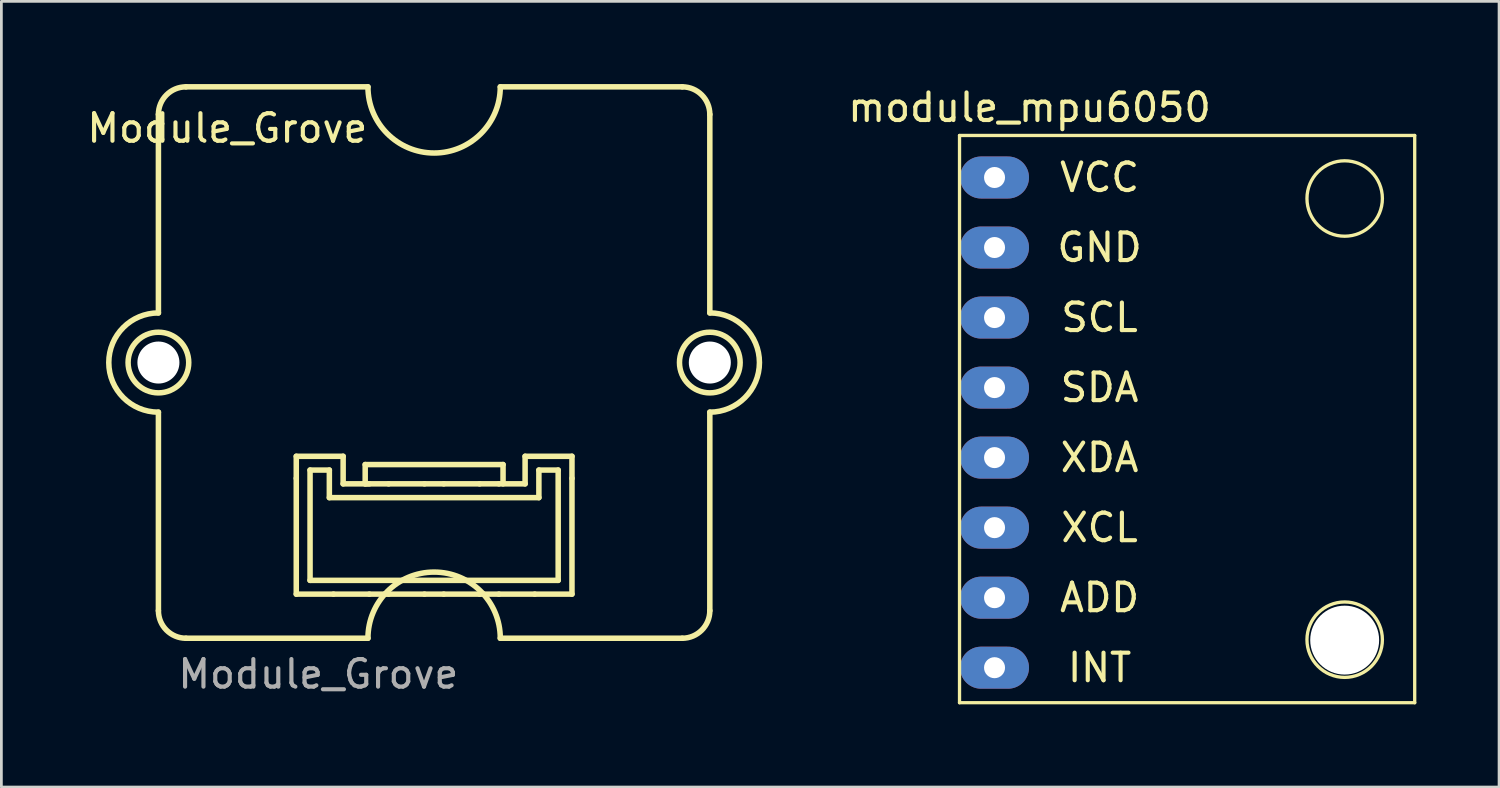
<source format=kicad_pcb>
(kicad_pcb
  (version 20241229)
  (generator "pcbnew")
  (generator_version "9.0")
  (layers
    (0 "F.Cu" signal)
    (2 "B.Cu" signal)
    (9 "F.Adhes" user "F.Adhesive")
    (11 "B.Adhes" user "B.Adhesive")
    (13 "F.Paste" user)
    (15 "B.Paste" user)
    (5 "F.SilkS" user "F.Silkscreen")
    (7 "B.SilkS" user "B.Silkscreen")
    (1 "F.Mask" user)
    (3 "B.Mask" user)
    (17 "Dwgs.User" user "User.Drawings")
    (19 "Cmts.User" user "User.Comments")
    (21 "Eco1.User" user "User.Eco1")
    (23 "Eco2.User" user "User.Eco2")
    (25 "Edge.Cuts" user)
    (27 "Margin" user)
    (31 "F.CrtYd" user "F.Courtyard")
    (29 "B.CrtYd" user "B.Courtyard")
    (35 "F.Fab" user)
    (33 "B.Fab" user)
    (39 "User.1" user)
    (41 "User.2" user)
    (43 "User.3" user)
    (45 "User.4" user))
  (footprint "module_mpu6050"
    (layer "F.Cu")
    (at 33.023 21.168)
    (property "Reference" "module_mpu6050" (at 1.27 -20.32 0) (layer "F.SilkS") (effects (font (size 1 1) (thickness 0.15))))
    (attr through_hole)
    (fp_line (start -1.27 -19.304) (end 15.24 -19.304) (stroke (width 0.12) (type solid)) (layer "F.SilkS"))
    (fp_line (start -1.27 1.27) (end -1.27 -19.304) (stroke (width 0.12) (type solid)) (layer "F.SilkS"))
    (fp_line (start 15.24 -19.304) (end 15.24 1.27) (stroke (width 0.12) (type solid)) (layer "F.SilkS"))
    (fp_line (start 15.24 1.27) (end -1.27 1.27) (stroke (width 0.12) (type solid)) (layer "F.SilkS"))
    (fp_circle (center 12.7 -17.018) (end 13.208 -15.748) (stroke (width 0.12) (type solid)) (fill no) (layer "F.SilkS"))
    (fp_circle (center 12.7 -1.016) (end 13.208 0.254) (stroke (width 0.12) (type solid)) (fill no) (layer "F.SilkS"))
    (fp_text user "XDA" (at 3.81 -7.62 0) (layer "F.SilkS") (effects (font (size 1 1) (thickness 0.15))))
    (fp_text user "GND" (at 3.81 -15.24 0) (layer "F.SilkS") (effects (font (size 1 1) (thickness 0.15))))
    (fp_text user "ADD" (at 3.81 -2.54 0) (layer "F.SilkS") (effects (font (size 1 1) (thickness 0.15))))
    (fp_text user "SDA" (at 3.81 -10.16 0) (layer "F.SilkS") (effects (font (size 1 1) (thickness 0.15))))
    (fp_text user "SCL" (at 3.81 -12.7 0) (layer "F.SilkS") (effects (font (size 1 1) (thickness 0.15))))
    (fp_text user "VCC" (at 3.81 -17.78 0) (layer "F.SilkS") (effects (font (size 1 1) (thickness 0.15))))
    (fp_text user "XCL" (at 3.81 -5.08 0) (layer "F.SilkS") (effects (font (size 1 1) (thickness 0.15))))
    (fp_text user "INT" (at 3.81 0 0) (layer "F.SilkS") (effects (font (size 1 1) (thickness 0.15))))
    (pad "" np_thru_hole oval (at 12.7 -1) (size 2.5 2.5) (drill 2.5) (layers "*.Cu" "*.Mask"))
    (pad "1" thru_hole oval (at 0 -17.78) (size 2.5 1.524) (drill 0.762) (layers "*.Cu" "*.Mask"))
    (pad "2" thru_hole oval (at 0 -15.24) (size 2.5 1.524) (drill 0.762) (layers "*.Cu" "*.Mask"))
    (pad "3" thru_hole oval (at 0 -12.7) (size 2.5 1.524) (drill 0.762) (layers "*.Cu" "*.Mask"))
    (pad "4" thru_hole oval (at 0 -10.16) (size 2.5 1.524) (drill 0.762) (layers "*.Cu" "*.Mask"))
    (pad "5" thru_hole oval (at 0 -7.62) (size 2.5 1.524) (drill 0.762) (layers "*.Cu" "*.Mask"))
    (pad "6" thru_hole oval (at 0 -5.08) (size 2.5 1.524) (drill 0.762) (layers "*.Cu" "*.Mask"))
    (pad "7" thru_hole oval (at 0 -2.54) (size 2.5 1.524) (drill 0.762) (layers "*.Cu" "*.Mask"))
    (pad "8" thru_hole oval (at 0 0) (size 2.5 1.524) (drill 0.762) (layers "*.Cu" "*.Mask")))
  (footprint "Module_Grove"
    (layer "F.Cu")
    (at 2.696 10.1)
    (property "Reference" "Module_Grove" (at 2.5 -8.5 0) (unlocked yes) (layer "F.SilkS") (effects (font (size 1 1) (thickness 0.15))))
    (fp_line (start 0 -1.8) (end 0 -9) (stroke (width 0.2) (type default)) (layer "F.SilkS"))
    (fp_line (start 0 9) (end 0 1.8) (stroke (width 0.2) (type default)) (layer "F.SilkS"))
    (fp_line (start 1 -10) (end 7.6 -10) (stroke (width 0.2) (type default)) (layer "F.SilkS"))
    (fp_line (start 1 10) (end 7.6 10) (stroke (width 0.2) (type default)) (layer "F.SilkS"))
    (fp_line (start 5 3.4) (end 6.7 3.4) (stroke (width 0.2) (type default)) (layer "F.SilkS"))
    (fp_line (start 5 4.2) (end 5 3.4) (stroke (width 0.2) (type default)) (layer "F.SilkS"))
    (fp_line (start 5 8.4) (end 5 4.2) (stroke (width 0.2) (type default)) (layer "F.SilkS"))
    (fp_line (start 5.5 3.9) (end 6.2 3.9) (stroke (width 0.2) (type default)) (layer "F.SilkS"))
    (fp_line (start 5.5 7.9) (end 5.5 3.9) (stroke (width 0.2) (type default)) (layer "F.SilkS"))
    (fp_line (start 6.2 3.9) (end 6.2 4.9) (stroke (width 0.2) (type default)) (layer "F.SilkS"))
    (fp_line (start 6.2 4.9) (end 13.8 4.9) (stroke (width 0.2) (type default)) (layer "F.SilkS"))
    (fp_line (start 6.35 8.4) (end 5 8.4) (stroke (width 0.2) (type default)) (layer "F.SilkS"))
    (fp_line (start 6.35 8.4) (end 7.65 8.4) (stroke (width 0.2) (type default)) (layer "F.SilkS"))
    (fp_line (start 6.7 3.4) (end 6.7 4.4) (stroke (width 0.2) (type default)) (layer "F.SilkS"))
    (fp_line (start 6.7 4.4) (end 7.65 4.4) (stroke (width 0.2) (type default)) (layer "F.SilkS"))
    (fp_line (start 7.5 3.7) (end 7.5 4.4) (stroke (width 0.2) (type default)) (layer "F.SilkS"))
    (fp_line (start 7.5 4.4) (end 8.35 4.4) (stroke (width 0.2) (type default)) (layer "F.SilkS"))
    (fp_line (start 8.211 8.4) (end 7.65 8.4) (stroke (width 0.2) (type default)) (layer "F.SilkS"))
    (fp_line (start 8.35 4.4) (end 9.65 4.4) (stroke (width 0.2) (type default)) (layer "F.SilkS"))
    (fp_line (start 8.35 8.4) (end 8.211 8.4) (stroke (width 0.2) (type default)) (layer "F.SilkS"))
    (fp_line (start 8.35 8.4) (end 9.65 8.4) (stroke (width 0.2) (type default)) (layer "F.SilkS"))
    (fp_line (start 9.65 4.4) (end 10.35 4.4) (stroke (width 0.2) (type default)) (layer "F.SilkS"))
    (fp_line (start 10.35 4.4) (end 11.65 4.4) (stroke (width 0.2) (type default)) (layer "F.SilkS"))
    (fp_line (start 10.35 8.4) (end 9.65 8.4) (stroke (width 0.2) (type default)) (layer "F.SilkS"))
    (fp_line (start 10.35 8.4) (end 11.65 8.4) (stroke (width 0.2) (type default)) (layer "F.SilkS"))
    (fp_line (start 11.65 4.4) (end 12.35 4.4) (stroke (width 0.2) (type default)) (layer "F.SilkS"))
    (fp_line (start 11.789 8.4) (end 11.65 8.4) (stroke (width 0.2) (type default)) (layer "F.SilkS"))
    (fp_line (start 12.35 4.4) (end 13.3 4.4) (stroke (width 0.2) (type default)) (layer "F.SilkS"))
    (fp_line (start 12.35 8.4) (end 11.789 8.4) (stroke (width 0.2) (type default)) (layer "F.SilkS"))
    (fp_line (start 12.35 8.4) (end 13.65 8.4) (stroke (width 0.2) (type default)) (layer "F.SilkS"))
    (fp_line (start 12.4 -10) (end 19 -10) (stroke (width 0.2) (type default)) (layer "F.SilkS"))
    (fp_line (start 12.4 10) (end 19 10) (stroke (width 0.2) (type default)) (layer "F.SilkS"))
    (fp_line (start 12.5 3.7) (end 7.5 3.7) (stroke (width 0.2) (type default)) (layer "F.SilkS"))
    (fp_line (start 12.5 3.7) (end 12.5 4.4) (stroke (width 0.2) (type default)) (layer "F.SilkS"))
    (fp_line (start 13.3 3.4) (end 15 3.4) (stroke (width 0.2) (type default)) (layer "F.SilkS"))
    (fp_line (start 13.3 4.4) (end 13.3 3.4) (stroke (width 0.2) (type default)) (layer "F.SilkS"))
    (fp_line (start 13.8 3.9) (end 14.5 3.9) (stroke (width 0.2) (type default)) (layer "F.SilkS"))
    (fp_line (start 13.8 4.9) (end 13.8 3.9) (stroke (width 0.2) (type default)) (layer "F.SilkS"))
    (fp_line (start 14.5 3.9) (end 14.5 7.9) (stroke (width 0.2) (type default)) (layer "F.SilkS"))
    (fp_line (start 14.5 7.9) (end 5.5 7.9) (stroke (width 0.2) (type default)) (layer "F.SilkS"))
    (fp_line (start 15 4.2) (end 15 3.4) (stroke (width 0.2) (type default)) (layer "F.SilkS"))
    (fp_line (start 15 4.2) (end 15 8.4) (stroke (width 0.2) (type default)) (layer "F.SilkS"))
    (fp_line (start 15 8.4) (end 13.65 8.4) (stroke (width 0.2) (type default)) (layer "F.SilkS"))
    (fp_line (start 20 -1.8) (end 20 -9) (stroke (width 0.2) (type default)) (layer "F.SilkS"))
    (fp_line (start 20 9) (end 20 1.8) (stroke (width 0.2) (type default)) (layer "F.SilkS"))
    (fp_arc (start 0 -9) (mid 0.292893 -9.707107) (end 1 -10) (stroke (width 0.2) (type default)) (layer "F.SilkS"))
    (fp_arc (start 0 1.799999) (mid -1.8 0) (end 0 -1.799999) (stroke (width 0.2) (type default)) (layer "F.SilkS"))
    (fp_arc (start 1 10) (mid 0.292893 9.707107) (end 0 9) (stroke (width 0.2) (type default)) (layer "F.SilkS"))
    (fp_arc (start 7.6 10) (mid 10 7.6) (end 12.4 10) (stroke (width 0.2) (type default)) (layer "F.SilkS"))
    (fp_arc (start 12.399999 -10) (mid 10 -7.6) (end 7.600001 -10) (stroke (width 0.2) (type default)) (layer "F.SilkS"))
    (fp_arc (start 19 -10) (mid 19.707107 -9.707107) (end 20 -9) (stroke (width 0.2) (type default)) (layer "F.SilkS"))
    (fp_arc (start 20 -1.799999) (mid 21.8 0) (end 20 1.799998) (stroke (width 0.2) (type default)) (layer "F.SilkS"))
    (fp_arc (start 20 9) (mid 19.707107 9.707107) (end 19 10) (stroke (width 0.2) (type default)) (layer "F.SilkS"))
    (fp_circle (center 0 0) (end 1.1 0) (stroke (width 0.2) (type default)) (fill no) (layer "F.SilkS"))
    (fp_circle (center 20 0) (end 21.1 0) (stroke (width 0.2) (type default)) (fill no) (layer "F.SilkS"))
    (fp_text user "${REFERENCE}" (at 5.8 11.3 0) (unlocked yes) (layer "F.Fab") (effects (font (size 1 1) (thickness 0.15))))
    (pad "" np_thru_hole circle (at 0 0) (size 1.524 1.524) (drill 2.2) (layers "*.Cu" "*.Mask"))
    (pad "" np_thru_hole circle (at 20 0) (size 1.524 1.524) (drill 2.2) (layers "*.Cu" "*.Mask")))
  (gr_rect
    (start -3 -3)
    (end 51.323 25.498)
    (stroke (width 0.1) (type default))
    (fill no)
    (layer "Edge.Cuts")))
</source>
